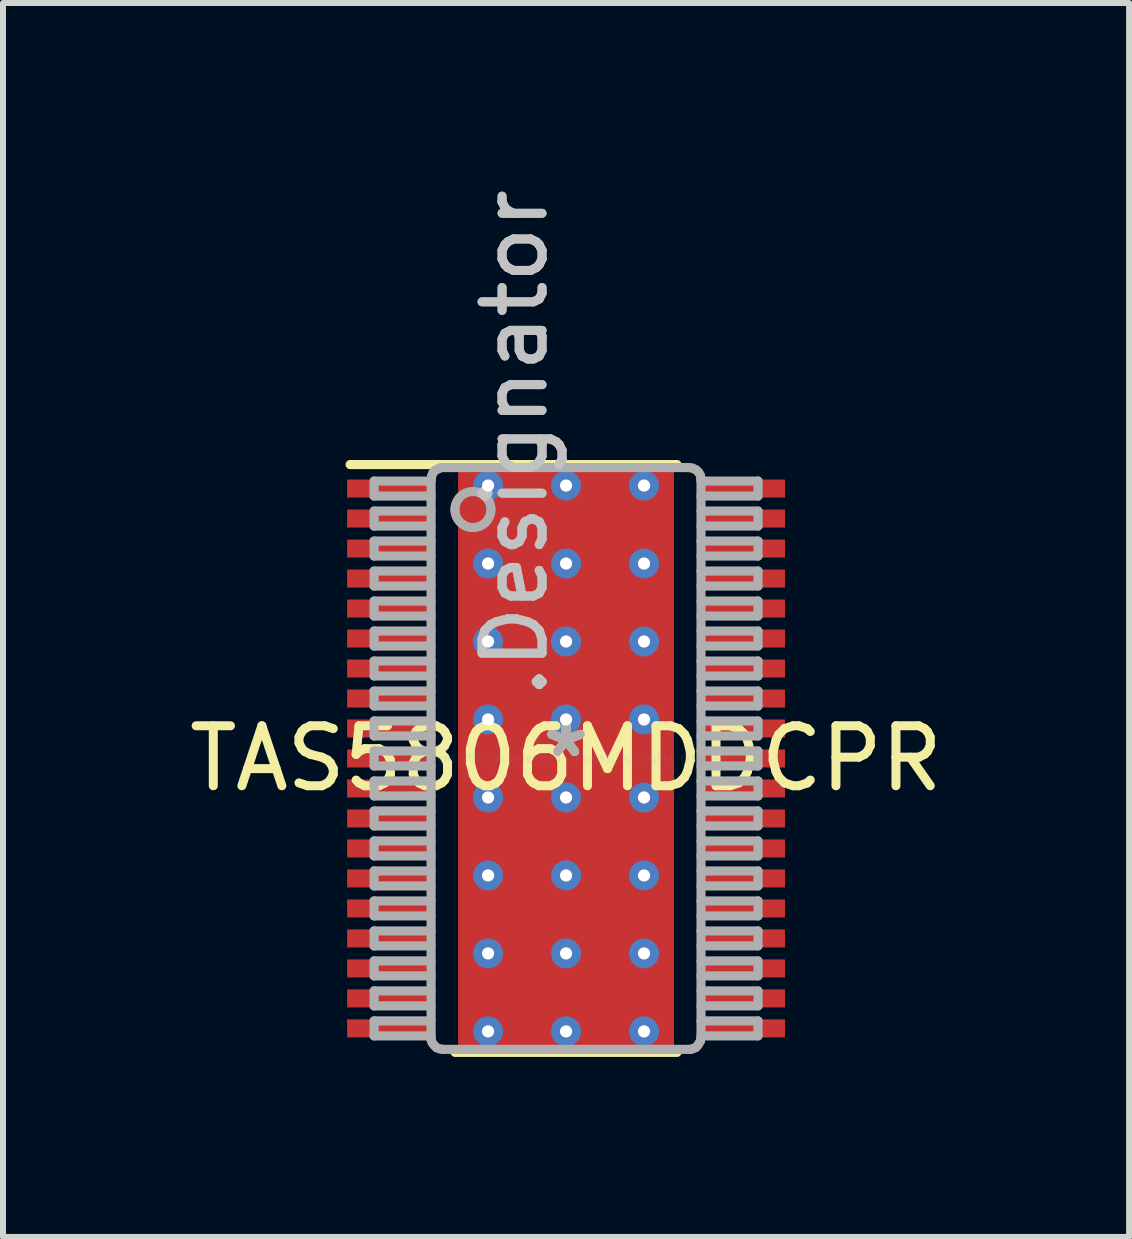
<source format=kicad_pcb>
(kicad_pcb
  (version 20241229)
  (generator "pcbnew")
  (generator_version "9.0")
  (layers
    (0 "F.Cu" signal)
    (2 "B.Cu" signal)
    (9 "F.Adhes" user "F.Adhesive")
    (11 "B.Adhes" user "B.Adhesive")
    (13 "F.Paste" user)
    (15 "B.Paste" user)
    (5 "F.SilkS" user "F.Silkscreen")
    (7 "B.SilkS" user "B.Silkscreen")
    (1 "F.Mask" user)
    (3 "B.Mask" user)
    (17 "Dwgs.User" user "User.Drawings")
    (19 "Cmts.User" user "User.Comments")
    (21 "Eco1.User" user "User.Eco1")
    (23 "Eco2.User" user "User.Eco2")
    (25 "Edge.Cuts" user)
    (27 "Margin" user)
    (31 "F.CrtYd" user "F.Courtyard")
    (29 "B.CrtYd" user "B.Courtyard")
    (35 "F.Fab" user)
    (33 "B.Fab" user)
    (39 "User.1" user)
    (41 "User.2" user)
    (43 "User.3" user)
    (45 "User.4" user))
  (footprint "TAS5806MDDCPR"
    (layer "F.Cu")
    (at 6.387 9.595)
    (property "Reference" "TAS5806MDDCPR" (at 0 0 0) (layer "F.SilkS") (effects (font (size 1 1) (thickness 0.15))))
    (attr through_hole)
    (fp_line (start -1.45 -2.307) (end -1.449 -2.315) (stroke (width 0.152) (type solid)) (layer "F.Mask"))
    (fp_line (start -1.45 2.307) (end -1.45 -2.307) (stroke (width 0.152) (type solid)) (layer "F.Mask"))
    (fp_line (start -1.449 -2.315) (end -1.447 -2.323) (stroke (width 0.152) (type solid)) (layer "F.Mask"))
    (fp_line (start -1.449 2.315) (end -1.45 2.307) (stroke (width 0.152) (type solid)) (layer "F.Mask"))
    (fp_line (start -1.447 -2.323) (end -1.443 -2.331) (stroke (width 0.152) (type solid)) (layer "F.Mask"))
    (fp_line (start -1.447 2.323) (end -1.449 2.315) (stroke (width 0.152) (type solid)) (layer "F.Mask"))
    (fp_line (start -1.443 -2.331) (end -1.437 -2.337) (stroke (width 0.152) (type solid)) (layer "F.Mask"))
    (fp_line (start -1.443 2.331) (end -1.447 2.323) (stroke (width 0.152) (type solid)) (layer "F.Mask"))
    (fp_line (start -1.437 -2.337) (end -1.431 -2.343) (stroke (width 0.152) (type solid)) (layer "F.Mask"))
    (fp_line (start -1.437 2.337) (end -1.443 2.331) (stroke (width 0.152) (type solid)) (layer "F.Mask"))
    (fp_line (start -1.431 -2.343) (end -1.423 -2.347) (stroke (width 0.152) (type solid)) (layer "F.Mask"))
    (fp_line (start -1.431 2.343) (end -1.437 2.337) (stroke (width 0.152) (type solid)) (layer "F.Mask"))
    (fp_line (start -1.423 -2.347) (end -1.415 -2.349) (stroke (width 0.152) (type solid)) (layer "F.Mask"))
    (fp_line (start -1.423 2.347) (end -1.431 2.343) (stroke (width 0.152) (type solid)) (layer "F.Mask"))
    (fp_line (start -1.415 -2.349) (end -1.407 -2.35) (stroke (width 0.152) (type solid)) (layer "F.Mask"))
    (fp_line (start -1.415 2.349) (end -1.423 2.347) (stroke (width 0.152) (type solid)) (layer "F.Mask"))
    (fp_line (start -1.407 -2.35) (end 1.407 -2.35) (stroke (width 0.152) (type solid)) (layer "F.Mask"))
    (fp_line (start -1.407 2.35) (end -1.415 2.349) (stroke (width 0.152) (type solid)) (layer "F.Mask"))
    (fp_line (start 1.407 -2.35) (end 1.415 -2.349) (stroke (width 0.152) (type solid)) (layer "F.Mask"))
    (fp_line (start 1.407 2.35) (end -1.407 2.35) (stroke (width 0.152) (type solid)) (layer "F.Mask"))
    (fp_line (start 1.415 -2.349) (end 1.423 -2.347) (stroke (width 0.152) (type solid)) (layer "F.Mask"))
    (fp_line (start 1.415 2.349) (end 1.407 2.35) (stroke (width 0.152) (type solid)) (layer "F.Mask"))
    (fp_line (start 1.423 -2.347) (end 1.431 -2.343) (stroke (width 0.152) (type solid)) (layer "F.Mask"))
    (fp_line (start 1.423 2.347) (end 1.415 2.349) (stroke (width 0.152) (type solid)) (layer "F.Mask"))
    (fp_line (start 1.431 -2.343) (end 1.437 -2.337) (stroke (width 0.152) (type solid)) (layer "F.Mask"))
    (fp_line (start 1.431 2.343) (end 1.423 2.347) (stroke (width 0.152) (type solid)) (layer "F.Mask"))
    (fp_line (start 1.437 -2.337) (end 1.443 -2.331) (stroke (width 0.152) (type solid)) (layer "F.Mask"))
    (fp_line (start 1.437 2.337) (end 1.431 2.343) (stroke (width 0.152) (type solid)) (layer "F.Mask"))
    (fp_line (start 1.443 -2.331) (end 1.447 -2.323) (stroke (width 0.152) (type solid)) (layer "F.Mask"))
    (fp_line (start 1.443 2.331) (end 1.437 2.337) (stroke (width 0.152) (type solid)) (layer "F.Mask"))
    (fp_line (start 1.447 -2.323) (end 1.449 -2.315) (stroke (width 0.152) (type solid)) (layer "F.Mask"))
    (fp_line (start 1.447 2.323) (end 1.443 2.331) (stroke (width 0.152) (type solid)) (layer "F.Mask"))
    (fp_line (start 1.449 -2.315) (end 1.45 -2.307) (stroke (width 0.152) (type solid)) (layer "F.Mask"))
    (fp_line (start 1.449 2.315) (end 1.447 2.323) (stroke (width 0.152) (type solid)) (layer "F.Mask"))
    (fp_line (start 1.45 -2.307) (end 1.45 2.307) (stroke (width 0.152) (type solid)) (layer "F.Mask"))
    (fp_line (start 1.45 2.307) (end 1.449 2.315) (stroke (width 0.152) (type solid)) (layer "F.Mask"))
    (fp_line (start -3.6 -4.9) (end 1.85 -4.9) (stroke (width 0.152) (type solid)) (layer "F.SilkS"))
    (fp_line (start -1.85 4.9) (end 1.85 4.9) (stroke (width 0.152) (type solid)) (layer "F.SilkS"))
    (fp_line (start -1.45 -2.307) (end -1.449 -2.315) (stroke (width 0.152) (type solid)) (layer "F.Paste"))
    (fp_line (start -1.45 2.307) (end -1.45 -2.307) (stroke (width 0.152) (type solid)) (layer "F.Paste"))
    (fp_line (start -1.449 -2.315) (end -1.447 -2.323) (stroke (width 0.152) (type solid)) (layer "F.Paste"))
    (fp_line (start -1.449 2.315) (end -1.45 2.307) (stroke (width 0.152) (type solid)) (layer "F.Paste"))
    (fp_line (start -1.447 -2.323) (end -1.443 -2.331) (stroke (width 0.152) (type solid)) (layer "F.Paste"))
    (fp_line (start -1.447 2.323) (end -1.449 2.315) (stroke (width 0.152) (type solid)) (layer "F.Paste"))
    (fp_line (start -1.443 -2.331) (end -1.437 -2.337) (stroke (width 0.152) (type solid)) (layer "F.Paste"))
    (fp_line (start -1.443 2.331) (end -1.447 2.323) (stroke (width 0.152) (type solid)) (layer "F.Paste"))
    (fp_line (start -1.437 -2.337) (end -1.431 -2.343) (stroke (width 0.152) (type solid)) (layer "F.Paste"))
    (fp_line (start -1.437 2.337) (end -1.443 2.331) (stroke (width 0.152) (type solid)) (layer "F.Paste"))
    (fp_line (start -1.431 -2.343) (end -1.423 -2.347) (stroke (width 0.152) (type solid)) (layer "F.Paste"))
    (fp_line (start -1.431 2.343) (end -1.437 2.337) (stroke (width 0.152) (type solid)) (layer "F.Paste"))
    (fp_line (start -1.423 -2.347) (end -1.415 -2.349) (stroke (width 0.152) (type solid)) (layer "F.Paste"))
    (fp_line (start -1.423 2.347) (end -1.431 2.343) (stroke (width 0.152) (type solid)) (layer "F.Paste"))
    (fp_line (start -1.415 -2.349) (end -1.407 -2.35) (stroke (width 0.152) (type solid)) (layer "F.Paste"))
    (fp_line (start -1.415 2.349) (end -1.423 2.347) (stroke (width 0.152) (type solid)) (layer "F.Paste"))
    (fp_line (start -1.407 -2.35) (end 1.407 -2.35) (stroke (width 0.152) (type solid)) (layer "F.Paste"))
    (fp_line (start -1.407 2.35) (end -1.415 2.349) (stroke (width 0.152) (type solid)) (layer "F.Paste"))
    (fp_line (start 1.407 -2.35) (end 1.415 -2.349) (stroke (width 0.152) (type solid)) (layer "F.Paste"))
    (fp_line (start 1.407 2.35) (end -1.407 2.35) (stroke (width 0.152) (type solid)) (layer "F.Paste"))
    (fp_line (start 1.415 -2.349) (end 1.423 -2.347) (stroke (width 0.152) (type solid)) (layer "F.Paste"))
    (fp_line (start 1.415 2.349) (end 1.407 2.35) (stroke (width 0.152) (type solid)) (layer "F.Paste"))
    (fp_line (start 1.423 -2.347) (end 1.431 -2.343) (stroke (width 0.152) (type solid)) (layer "F.Paste"))
    (fp_line (start 1.423 2.347) (end 1.415 2.349) (stroke (width 0.152) (type solid)) (layer "F.Paste"))
    (fp_line (start 1.431 -2.343) (end 1.437 -2.337) (stroke (width 0.152) (type solid)) (layer "F.Paste"))
    (fp_line (start 1.431 2.343) (end 1.423 2.347) (stroke (width 0.152) (type solid)) (layer "F.Paste"))
    (fp_line (start 1.437 -2.337) (end 1.443 -2.331) (stroke (width 0.152) (type solid)) (layer "F.Paste"))
    (fp_line (start 1.437 2.337) (end 1.431 2.343) (stroke (width 0.152) (type solid)) (layer "F.Paste"))
    (fp_line (start 1.443 -2.331) (end 1.447 -2.323) (stroke (width 0.152) (type solid)) (layer "F.Paste"))
    (fp_line (start 1.443 2.331) (end 1.437 2.337) (stroke (width 0.152) (type solid)) (layer "F.Paste"))
    (fp_line (start 1.447 -2.323) (end 1.449 -2.315) (stroke (width 0.152) (type solid)) (layer "F.Paste"))
    (fp_line (start 1.447 2.323) (end 1.443 2.331) (stroke (width 0.152) (type solid)) (layer "F.Paste"))
    (fp_line (start 1.449 -2.315) (end 1.45 -2.307) (stroke (width 0.152) (type solid)) (layer "F.Paste"))
    (fp_line (start 1.449 2.315) (end 1.447 2.323) (stroke (width 0.152) (type solid)) (layer "F.Paste"))
    (fp_line (start 1.45 -2.307) (end 1.45 2.307) (stroke (width 0.152) (type solid)) (layer "F.Paste"))
    (fp_line (start 1.45 2.307) (end 1.449 2.315) (stroke (width 0.152) (type solid)) (layer "F.Paste"))
    (fp_line (start -3.2 -4.625) (end -2.25 -4.625) (stroke (width 0.152) (type solid)) (layer "F.Fab"))
    (fp_line (start -3.2 -4.375) (end -3.2 -4.625) (stroke (width 0.152) (type solid)) (layer "F.Fab"))
    (fp_line (start -3.2 -4.375) (end -2.25 -4.375) (stroke (width 0.152) (type solid)) (layer "F.Fab"))
    (fp_line (start -3.2 -4.125) (end -2.25 -4.125) (stroke (width 0.152) (type solid)) (layer "F.Fab"))
    (fp_line (start -3.2 -3.875) (end -3.2 -4.125) (stroke (width 0.152) (type solid)) (layer "F.Fab"))
    (fp_line (start -3.2 -3.875) (end -2.25 -3.875) (stroke (width 0.152) (type solid)) (layer "F.Fab"))
    (fp_line (start -3.2 -3.625) (end -2.25 -3.625) (stroke (width 0.152) (type solid)) (layer "F.Fab"))
    (fp_line (start -3.2 -3.375) (end -3.2 -3.625) (stroke (width 0.152) (type solid)) (layer "F.Fab"))
    (fp_line (start -3.2 -3.375) (end -2.25 -3.375) (stroke (width 0.152) (type solid)) (layer "F.Fab"))
    (fp_line (start -3.2 -3.125) (end -2.25 -3.125) (stroke (width 0.152) (type solid)) (layer "F.Fab"))
    (fp_line (start -3.2 -2.875) (end -3.2 -3.125) (stroke (width 0.152) (type solid)) (layer "F.Fab"))
    (fp_line (start -3.2 -2.875) (end -2.25 -2.875) (stroke (width 0.152) (type solid)) (layer "F.Fab"))
    (fp_line (start -3.2 -2.625) (end -2.25 -2.625) (stroke (width 0.152) (type solid)) (layer "F.Fab"))
    (fp_line (start -3.2 -2.375) (end -3.2 -2.625) (stroke (width 0.152) (type solid)) (layer "F.Fab"))
    (fp_line (start -3.2 -2.375) (end -2.25 -2.375) (stroke (width 0.152) (type solid)) (layer "F.Fab"))
    (fp_line (start -3.2 -2.125) (end -2.25 -2.125) (stroke (width 0.152) (type solid)) (layer "F.Fab"))
    (fp_line (start -3.2 -1.875) (end -3.2 -2.125) (stroke (width 0.152) (type solid)) (layer "F.Fab"))
    (fp_line (start -3.2 -1.875) (end -2.25 -1.875) (stroke (width 0.152) (type solid)) (layer "F.Fab"))
    (fp_line (start -3.2 -1.625) (end -2.25 -1.625) (stroke (width 0.152) (type solid)) (layer "F.Fab"))
    (fp_line (start -3.2 -1.375) (end -3.2 -1.625) (stroke (width 0.152) (type solid)) (layer "F.Fab"))
    (fp_line (start -3.2 -1.375) (end -2.25 -1.375) (stroke (width 0.152) (type solid)) (layer "F.Fab"))
    (fp_line (start -3.2 -1.125) (end -2.25 -1.125) (stroke (width 0.152) (type solid)) (layer "F.Fab"))
    (fp_line (start -3.2 -0.875) (end -3.2 -1.125) (stroke (width 0.152) (type solid)) (layer "F.Fab"))
    (fp_line (start -3.2 -0.875) (end -2.25 -0.875) (stroke (width 0.152) (type solid)) (layer "F.Fab"))
    (fp_line (start -3.2 -0.625) (end -2.25 -0.625) (stroke (width 0.152) (type solid)) (layer "F.Fab"))
    (fp_line (start -3.2 -0.375) (end -3.2 -0.625) (stroke (width 0.152) (type solid)) (layer "F.Fab"))
    (fp_line (start -3.2 -0.375) (end -2.25 -0.375) (stroke (width 0.152) (type solid)) (layer "F.Fab"))
    (fp_line (start -3.2 -0.125) (end -2.25 -0.125) (stroke (width 0.152) (type solid)) (layer "F.Fab"))
    (fp_line (start -3.2 0.125) (end -3.2 -0.125) (stroke (width 0.152) (type solid)) (layer "F.Fab"))
    (fp_line (start -3.2 0.125) (end -2.25 0.125) (stroke (width 0.152) (type solid)) (layer "F.Fab"))
    (fp_line (start -3.2 0.375) (end -2.25 0.375) (stroke (width 0.152) (type solid)) (layer "F.Fab"))
    (fp_line (start -3.2 0.625) (end -3.2 0.375) (stroke (width 0.152) (type solid)) (layer "F.Fab"))
    (fp_line (start -3.2 0.625) (end -2.25 0.625) (stroke (width 0.152) (type solid)) (layer "F.Fab"))
    (fp_line (start -3.2 0.875) (end -2.25 0.875) (stroke (width 0.152) (type solid)) (layer "F.Fab"))
    (fp_line (start -3.2 1.125) (end -3.2 0.875) (stroke (width 0.152) (type solid)) (layer "F.Fab"))
    (fp_line (start -3.2 1.125) (end -2.25 1.125) (stroke (width 0.152) (type solid)) (layer "F.Fab"))
    (fp_line (start -3.2 1.375) (end -2.25 1.375) (stroke (width 0.152) (type solid)) (layer "F.Fab"))
    (fp_line (start -3.2 1.625) (end -3.2 1.375) (stroke (width 0.152) (type solid)) (layer "F.Fab"))
    (fp_line (start -3.2 1.625) (end -2.25 1.625) (stroke (width 0.152) (type solid)) (layer "F.Fab"))
    (fp_line (start -3.2 1.875) (end -2.25 1.875) (stroke (width 0.152) (type solid)) (layer "F.Fab"))
    (fp_line (start -3.2 2.125) (end -3.2 1.875) (stroke (width 0.152) (type solid)) (layer "F.Fab"))
    (fp_line (start -3.2 2.125) (end -2.25 2.125) (stroke (width 0.152) (type solid)) (layer "F.Fab"))
    (fp_line (start -3.2 2.375) (end -2.25 2.375) (stroke (width 0.152) (type solid)) (layer "F.Fab"))
    (fp_line (start -3.2 2.625) (end -3.2 2.375) (stroke (width 0.152) (type solid)) (layer "F.Fab"))
    (fp_line (start -3.2 2.625) (end -2.25 2.625) (stroke (width 0.152) (type solid)) (layer "F.Fab"))
    (fp_line (start -3.2 2.875) (end -2.25 2.875) (stroke (width 0.152) (type solid)) (layer "F.Fab"))
    (fp_line (start -3.2 3.125) (end -3.2 2.875) (stroke (width 0.152) (type solid)) (layer "F.Fab"))
    (fp_line (start -3.2 3.125) (end -2.25 3.125) (stroke (width 0.152) (type solid)) (layer "F.Fab"))
    (fp_line (start -3.2 3.375) (end -2.25 3.375) (stroke (width 0.152) (type solid)) (layer "F.Fab"))
    (fp_line (start -3.2 3.625) (end -3.2 3.375) (stroke (width 0.152) (type solid)) (layer "F.Fab"))
    (fp_line (start -3.2 3.625) (end -2.25 3.625) (stroke (width 0.152) (type solid)) (layer "F.Fab"))
    (fp_line (start -3.2 3.875) (end -2.25 3.875) (stroke (width 0.152) (type solid)) (layer "F.Fab"))
    (fp_line (start -3.2 4.125) (end -3.2 3.875) (stroke (width 0.152) (type solid)) (layer "F.Fab"))
    (fp_line (start -3.2 4.125) (end -2.25 4.125) (stroke (width 0.152) (type solid)) (layer "F.Fab"))
    (fp_line (start -3.2 4.375) (end -2.25 4.375) (stroke (width 0.152) (type solid)) (layer "F.Fab"))
    (fp_line (start -3.2 4.625) (end -3.2 4.375) (stroke (width 0.152) (type solid)) (layer "F.Fab"))
    (fp_line (start -3.2 4.625) (end -2.25 4.625) (stroke (width 0.152) (type solid)) (layer "F.Fab"))
    (fp_line (start -2.25 -4.65) (end -2.24 -4.71) (stroke (width 0.152) (type solid)) (layer "F.Fab"))
    (fp_line (start -2.25 4.65) (end -2.25 -4.65) (stroke (width 0.152) (type solid)) (layer "F.Fab"))
    (fp_line (start -2.25 4.65) (end -2.25 4.69) (stroke (width 0.152) (type solid)) (layer "F.Fab"))
    (fp_line (start -2.25 4.69) (end -2.23 4.74) (stroke (width 0.152) (type solid)) (layer "F.Fab"))
    (fp_line (start -2.24 -4.71) (end -2.22 -4.76) (stroke (width 0.152) (type solid)) (layer "F.Fab"))
    (fp_line (start -2.23 4.74) (end -2.2 4.78) (stroke (width 0.152) (type solid)) (layer "F.Fab"))
    (fp_line (start -2.22 -4.76) (end -2.19 -4.8) (stroke (width 0.152) (type solid)) (layer "F.Fab"))
    (fp_line (start -2.2 4.78) (end -2.16 4.82) (stroke (width 0.152) (type solid)) (layer "F.Fab"))
    (fp_line (start -2.19 -4.8) (end -2.13 -4.83) (stroke (width 0.152) (type solid)) (layer "F.Fab"))
    (fp_line (start -2.16 4.82) (end -2.11 4.84) (stroke (width 0.152) (type solid)) (layer "F.Fab"))
    (fp_line (start -2.13 -4.83) (end -2.08 -4.85) (stroke (width 0.152) (type solid)) (layer "F.Fab"))
    (fp_line (start -2.11 4.84) (end -2.05 4.85) (stroke (width 0.152) (type solid)) (layer "F.Fab"))
    (fp_line (start -2.08 -4.85) (end -2.05 -4.85) (stroke (width 0.152) (type solid)) (layer "F.Fab"))
    (fp_line (start -2.05 4.85) (end 2.05 4.85) (stroke (width 0.152) (type solid)) (layer "F.Fab"))
    (fp_line (start -2.05 -4.85) (end 2.05 -4.85) (stroke (width 0.152) (type solid)) (layer "F.Fab"))
    (fp_line (start 2.05 4.85) (end 2.07 4.85) (stroke (width 0.152) (type solid)) (layer "F.Fab"))
    (fp_line (start 2.05 -4.85) (end 2.11 -4.84) (stroke (width 0.152) (type solid)) (layer "F.Fab"))
    (fp_line (start 2.07 4.85) (end 2.11 4.84) (stroke (width 0.152) (type solid)) (layer "F.Fab"))
    (fp_line (start 2.11 -4.84) (end 2.17 -4.81) (stroke (width 0.152) (type solid)) (layer "F.Fab"))
    (fp_line (start 2.11 4.84) (end 2.16 4.82) (stroke (width 0.152) (type solid)) (layer "F.Fab"))
    (fp_line (start 2.16 4.82) (end 2.19 4.79) (stroke (width 0.152) (type solid)) (layer "F.Fab"))
    (fp_line (start 2.17 -4.81) (end 2.21 -4.77) (stroke (width 0.152) (type solid)) (layer "F.Fab"))
    (fp_line (start 2.19 4.79) (end 2.21 4.76) (stroke (width 0.152) (type solid)) (layer "F.Fab"))
    (fp_line (start 2.21 -4.77) (end 2.24 -4.72) (stroke (width 0.152) (type solid)) (layer "F.Fab"))
    (fp_line (start 2.21 4.76) (end 2.24 4.71) (stroke (width 0.152) (type solid)) (layer "F.Fab"))
    (fp_line (start 2.24 -4.72) (end 2.25 -4.67) (stroke (width 0.152) (type solid)) (layer "F.Fab"))
    (fp_line (start 2.24 4.71) (end 2.25 4.65) (stroke (width 0.152) (type solid)) (layer "F.Fab"))
    (fp_line (start 2.25 4.65) (end 2.25 -4.65) (stroke (width 0.152) (type solid)) (layer "F.Fab"))
    (fp_line (start 2.25 -4.65) (end 2.25 -4.67) (stroke (width 0.152) (type solid)) (layer "F.Fab"))
    (fp_line (start 2.25 -4.625) (end 3.2 -4.625) (stroke (width 0.152) (type solid)) (layer "F.Fab"))
    (fp_line (start 2.25 -4.375) (end 3.2 -4.375) (stroke (width 0.152) (type solid)) (layer "F.Fab"))
    (fp_line (start 2.25 -4.125) (end 3.2 -4.125) (stroke (width 0.152) (type solid)) (layer "F.Fab"))
    (fp_line (start 2.25 -3.875) (end 3.2 -3.875) (stroke (width 0.152) (type solid)) (layer "F.Fab"))
    (fp_line (start 2.25 -3.625) (end 3.2 -3.625) (stroke (width 0.152) (type solid)) (layer "F.Fab"))
    (fp_line (start 2.25 -3.375) (end 3.2 -3.375) (stroke (width 0.152) (type solid)) (layer "F.Fab"))
    (fp_line (start 2.25 -3.125) (end 3.2 -3.125) (stroke (width 0.152) (type solid)) (layer "F.Fab"))
    (fp_line (start 2.25 -2.875) (end 3.2 -2.875) (stroke (width 0.152) (type solid)) (layer "F.Fab"))
    (fp_line (start 2.25 -2.625) (end 3.2 -2.625) (stroke (width 0.152) (type solid)) (layer "F.Fab"))
    (fp_line (start 2.25 -2.375) (end 3.2 -2.375) (stroke (width 0.152) (type solid)) (layer "F.Fab"))
    (fp_line (start 2.25 -2.125) (end 3.2 -2.125) (stroke (width 0.152) (type solid)) (layer "F.Fab"))
    (fp_line (start 2.25 -1.875) (end 3.2 -1.875) (stroke (width 0.152) (type solid)) (layer "F.Fab"))
    (fp_line (start 2.25 -1.625) (end 3.2 -1.625) (stroke (width 0.152) (type solid)) (layer "F.Fab"))
    (fp_line (start 2.25 -1.375) (end 3.2 -1.375) (stroke (width 0.152) (type solid)) (layer "F.Fab"))
    (fp_line (start 2.25 -1.125) (end 3.2 -1.125) (stroke (width 0.152) (type solid)) (layer "F.Fab"))
    (fp_line (start 2.25 -0.875) (end 3.2 -0.875) (stroke (width 0.152) (type solid)) (layer "F.Fab"))
    (fp_line (start 2.25 -0.625) (end 3.2 -0.625) (stroke (width 0.152) (type solid)) (layer "F.Fab"))
    (fp_line (start 2.25 -0.375) (end 3.2 -0.375) (stroke (width 0.152) (type solid)) (layer "F.Fab"))
    (fp_line (start 2.25 -0.125) (end 3.2 -0.125) (stroke (width 0.152) (type solid)) (layer "F.Fab"))
    (fp_line (start 2.25 0.125) (end 3.2 0.125) (stroke (width 0.152) (type solid)) (layer "F.Fab"))
    (fp_line (start 2.25 0.375) (end 3.2 0.375) (stroke (width 0.152) (type solid)) (layer "F.Fab"))
    (fp_line (start 2.25 0.625) (end 3.2 0.625) (stroke (width 0.152) (type solid)) (layer "F.Fab"))
    (fp_line (start 2.25 0.875) (end 3.2 0.875) (stroke (width 0.152) (type solid)) (layer "F.Fab"))
    (fp_line (start 2.25 1.125) (end 3.2 1.125) (stroke (width 0.152) (type solid)) (layer "F.Fab"))
    (fp_line (start 2.25 1.375) (end 3.2 1.375) (stroke (width 0.152) (type solid)) (layer "F.Fab"))
    (fp_line (start 2.25 1.625) (end 3.2 1.625) (stroke (width 0.152) (type solid)) (layer "F.Fab"))
    (fp_line (start 2.25 1.875) (end 3.2 1.875) (stroke (width 0.152) (type solid)) (layer "F.Fab"))
    (fp_line (start 2.25 2.125) (end 3.2 2.125) (stroke (width 0.152) (type solid)) (layer "F.Fab"))
    (fp_line (start 2.25 2.375) (end 3.2 2.375) (stroke (width 0.152) (type solid)) (layer "F.Fab"))
    (fp_line (start 2.25 2.625) (end 3.2 2.625) (stroke (width 0.152) (type solid)) (layer "F.Fab"))
    (fp_line (start 2.25 2.875) (end 3.2 2.875) (stroke (width 0.152) (type solid)) (layer "F.Fab"))
    (fp_line (start 2.25 3.125) (end 3.2 3.125) (stroke (width 0.152) (type solid)) (layer "F.Fab"))
    (fp_line (start 2.25 3.375) (end 3.2 3.375) (stroke (width 0.152) (type solid)) (layer "F.Fab"))
    (fp_line (start 2.25 3.625) (end 3.2 3.625) (stroke (width 0.152) (type solid)) (layer "F.Fab"))
    (fp_line (start 2.25 3.875) (end 3.2 3.875) (stroke (width 0.152) (type solid)) (layer "F.Fab"))
    (fp_line (start 2.25 4.125) (end 3.2 4.125) (stroke (width 0.152) (type solid)) (layer "F.Fab"))
    (fp_line (start 2.25 4.375) (end 3.2 4.375) (stroke (width 0.152) (type solid)) (layer "F.Fab"))
    (fp_line (start 2.25 4.625) (end 3.2 4.625) (stroke (width 0.152) (type solid)) (layer "F.Fab"))
    (fp_line (start 3.2 -4.375) (end 3.2 -4.625) (stroke (width 0.152) (type solid)) (layer "F.Fab"))
    (fp_line (start 3.2 -3.875) (end 3.2 -4.125) (stroke (width 0.152) (type solid)) (layer "F.Fab"))
    (fp_line (start 3.2 -3.375) (end 3.2 -3.625) (stroke (width 0.152) (type solid)) (layer "F.Fab"))
    (fp_line (start 3.2 -2.875) (end 3.2 -3.125) (stroke (width 0.152) (type solid)) (layer "F.Fab"))
    (fp_line (start 3.2 -2.375) (end 3.2 -2.625) (stroke (width 0.152) (type solid)) (layer "F.Fab"))
    (fp_line (start 3.2 -1.875) (end 3.2 -2.125) (stroke (width 0.152) (type solid)) (layer "F.Fab"))
    (fp_line (start 3.2 -1.375) (end 3.2 -1.625) (stroke (width 0.152) (type solid)) (layer "F.Fab"))
    (fp_line (start 3.2 -0.875) (end 3.2 -1.125) (stroke (width 0.152) (type solid)) (layer "F.Fab"))
    (fp_line (start 3.2 -0.375) (end 3.2 -0.625) (stroke (width 0.152) (type solid)) (layer "F.Fab"))
    (fp_line (start 3.2 0.125) (end 3.2 -0.125) (stroke (width 0.152) (type solid)) (layer "F.Fab"))
    (fp_line (start 3.2 0.625) (end 3.2 0.375) (stroke (width 0.152) (type solid)) (layer "F.Fab"))
    (fp_line (start 3.2 1.125) (end 3.2 0.875) (stroke (width 0.152) (type solid)) (layer "F.Fab"))
    (fp_line (start 3.2 1.625) (end 3.2 1.375) (stroke (width 0.152) (type solid)) (layer "F.Fab"))
    (fp_line (start 3.2 2.125) (end 3.2 1.875) (stroke (width 0.152) (type solid)) (layer "F.Fab"))
    (fp_line (start 3.2 2.625) (end 3.2 2.375) (stroke (width 0.152) (type solid)) (layer "F.Fab"))
    (fp_line (start 3.2 3.125) (end 3.2 2.875) (stroke (width 0.152) (type solid)) (layer "F.Fab"))
    (fp_line (start 3.2 3.625) (end 3.2 3.375) (stroke (width 0.152) (type solid)) (layer "F.Fab"))
    (fp_line (start 3.2 4.125) (end 3.2 3.875) (stroke (width 0.152) (type solid)) (layer "F.Fab"))
    (fp_line (start 3.2 4.625) (end 3.2 4.375) (stroke (width 0.152) (type solid)) (layer "F.Fab"))
    (fp_arc (start -1.852386 -4.149976) (mid -1.552387 -4.449975) (end -1.252388 -4.149976) (stroke (width 0.1524) (type solid)) (layer "F.Fab"))
    (fp_arc (start -1.252388 -4.149976) (mid -1.552387 -3.849977) (end -1.852386 -4.149976) (stroke (width 0.1524) (type solid)) (layer "F.Fab"))
    (fp_text user "*" (at 0 0 0) (layer "F.SilkS") (effects (font (size 1 1) (thickness 0.15))))
    (fp_text user ".Designator" (at -0.855 -5.256 270) (layer "Dwgs.User") (effects (font (size 1 1) (thickness 0.15))))
    (fp_text user "Copyright 2016 Accelerated Designs. All rights reserved." (at 0 0 0) (layer "Cmts.User") (effects (font (size 0.127 0.127) (thickness 0.002))))
    (fp_text user "*" (at 0 0 0) (layer "F.Fab") (effects (font (size 1 1) (thickness 0.15))))
    (fp_text user ".Designator" (at -0.855 -5.256 270) (layer "F.Fab") (effects (font (size 1 1) (thickness 0.15))))
    (pad "1" smd rect (at -2.95 -4.5 90) (size 0.3 1.4) (layers "F.Cu" "F.Mask" "F.Paste"))
    (pad "2" smd rect (at -2.95 -4 90) (size 0.3 1.4) (layers "F.Cu" "F.Mask" "F.Paste"))
    (pad "3" smd rect (at -2.95 -3.5 90) (size 0.3 1.4) (layers "F.Cu" "F.Mask" "F.Paste"))
    (pad "4" smd rect (at -2.95 -3 90) (size 0.3 1.4) (layers "F.Cu" "F.Mask" "F.Paste"))
    (pad "5" smd rect (at -2.95 -2.5 90) (size 0.3 1.4) (layers "F.Cu" "F.Mask" "F.Paste"))
    (pad "6" smd rect (at -2.95 -2 90) (size 0.3 1.4) (layers "F.Cu" "F.Mask" "F.Paste"))
    (pad "7" smd rect (at -2.95 -1.5 90) (size 0.3 1.4) (layers "F.Cu" "F.Mask" "F.Paste"))
    (pad "8" smd rect (at -2.95 -1 90) (size 0.3 1.4) (layers "F.Cu" "F.Mask" "F.Paste"))
    (pad "9" smd rect (at -2.95 -0.5 90) (size 0.3 1.4) (layers "F.Cu" "F.Mask" "F.Paste"))
    (pad "10" smd rect (at -2.95 0 90) (size 0.3 1.4) (layers "F.Cu" "F.Mask" "F.Paste"))
    (pad "11" smd rect (at -2.95 0.5 90) (size 0.3 1.4) (layers "F.Cu" "F.Mask" "F.Paste"))
    (pad "12" smd rect (at -2.95 1 90) (size 0.3 1.4) (layers "F.Cu" "F.Mask" "F.Paste"))
    (pad "13" smd rect (at -2.95 1.5 90) (size 0.3 1.4) (layers "F.Cu" "F.Mask" "F.Paste"))
    (pad "14" smd rect (at -2.95 2 90) (size 0.3 1.4) (layers "F.Cu" "F.Mask" "F.Paste"))
    (pad "15" smd rect (at -2.95 2.5 90) (size 0.3 1.4) (layers "F.Cu" "F.Mask" "F.Paste"))
    (pad "16" smd rect (at -2.95 3 90) (size 0.3 1.4) (layers "F.Cu" "F.Mask" "F.Paste"))
    (pad "17" smd rect (at -2.95 3.5 90) (size 0.3 1.4) (layers "F.Cu" "F.Mask" "F.Paste"))
    (pad "18" smd rect (at -2.95 4 90) (size 0.3 1.4) (layers "F.Cu" "F.Mask" "F.Paste"))
    (pad "19" smd rect (at -2.95 4.5 90) (size 0.3 1.4) (layers "F.Cu" "F.Mask" "F.Paste"))
    (pad "20" smd rect (at 2.95 4.5 90) (size 0.3 1.4) (layers "F.Cu" "F.Mask" "F.Paste"))
    (pad "21" smd rect (at 2.95 4 90) (size 0.3 1.4) (layers "F.Cu" "F.Mask" "F.Paste"))
    (pad "22" smd rect (at 2.95 3.5 90) (size 0.3 1.4) (layers "F.Cu" "F.Mask" "F.Paste"))
    (pad "23" smd rect (at 2.95 3 90) (size 0.3 1.4) (layers "F.Cu" "F.Mask" "F.Paste"))
    (pad "24" smd rect (at 2.95 2.5 90) (size 0.3 1.4) (layers "F.Cu" "F.Mask" "F.Paste"))
    (pad "25" smd rect (at 2.95 2 90) (size 0.3 1.4) (layers "F.Cu" "F.Mask" "F.Paste"))
    (pad "26" smd rect (at 2.95 1.5 90) (size 0.3 1.4) (layers "F.Cu" "F.Mask" "F.Paste"))
    (pad "27" smd rect (at 2.95 1 90) (size 0.3 1.4) (layers "F.Cu" "F.Mask" "F.Paste"))
    (pad "28" smd rect (at 2.95 0.5 90) (size 0.3 1.4) (layers "F.Cu" "F.Mask" "F.Paste"))
    (pad "29" smd rect (at 2.95 0 90) (size 0.3 1.4) (layers "F.Cu" "F.Mask" "F.Paste"))
    (pad "30" smd rect (at 2.95 -0.5 90) (size 0.3 1.4) (layers "F.Cu" "F.Mask" "F.Paste"))
    (pad "31" smd rect (at 2.95 -1 90) (size 0.3 1.4) (layers "F.Cu" "F.Mask" "F.Paste"))
    (pad "32" smd rect (at 2.95 -1.5 90) (size 0.3 1.4) (layers "F.Cu" "F.Mask" "F.Paste"))
    (pad "33" smd rect (at 2.95 -2 90) (size 0.3 1.4) (layers "F.Cu" "F.Mask" "F.Paste"))
    (pad "34" smd rect (at 2.95 -2.5 90) (size 0.3 1.4) (layers "F.Cu" "F.Mask" "F.Paste"))
    (pad "35" smd rect (at 2.95 -3 90) (size 0.3 1.4) (layers "F.Cu" "F.Mask" "F.Paste"))
    (pad "36" smd rect (at 2.95 -3.5 90) (size 0.3 1.4) (layers "F.Cu" "F.Mask" "F.Paste"))
    (pad "37" smd rect (at 2.95 -4 90) (size 0.3 1.4) (layers "F.Cu" "F.Mask" "F.Paste"))
    (pad "38" smd rect (at 2.95 -4.5 90) (size 0.3 1.4) (layers "F.Cu" "F.Mask" "F.Paste"))
    (pad "39" thru_hole circle (at -1.3 -4.55) (size 0.5 0.5) (drill 0.203) (layers "*.Cu" "*.Mask"))
    (pad "39" thru_hole circle (at -1.3 -3.25) (size 0.5 0.5) (drill 0.203) (layers "*.Cu" "*.Mask"))
    (pad "39" thru_hole circle (at -1.3 -1.95) (size 0.5 0.5) (drill 0.203) (layers "*.Cu" "*.Mask"))
    (pad "39" thru_hole circle (at -1.3 -0.65) (size 0.5 0.5) (drill 0.203) (layers "*.Cu" "*.Mask"))
    (pad "39" thru_hole circle (at -1.3 0.65) (size 0.5 0.5) (drill 0.203) (layers "*.Cu" "*.Mask"))
    (pad "39" thru_hole circle (at -1.3 1.95) (size 0.5 0.5) (drill 0.203) (layers "*.Cu" "*.Mask"))
    (pad "39" thru_hole circle (at -1.3 3.25) (size 0.5 0.5) (drill 0.203) (layers "*.Cu" "*.Mask"))
    (pad "39" thru_hole circle (at -1.3 4.55) (size 0.5 0.5) (drill 0.203) (layers "*.Cu" "*.Mask"))
    (pad "39" thru_hole circle (at 0 -4.55) (size 0.5 0.5) (drill 0.203) (layers "*.Cu" "*.Mask"))
    (pad "39" thru_hole circle (at 0 -3.25) (size 0.5 0.5) (drill 0.203) (layers "*.Cu" "*.Mask"))
    (pad "39" thru_hole circle (at 0 -1.95) (size 0.5 0.5) (drill 0.203) (layers "*.Cu" "*.Mask"))
    (pad "39" thru_hole circle (at 0 -0.65) (size 0.5 0.5) (drill 0.203) (layers "*.Cu" "*.Mask"))
    (pad "39" smd rect (at 0 0) (size 3.6 9.7) (layers "F.Cu" "F.Mask" "F.Paste"))
    (pad "39" thru_hole circle (at 0 0.65) (size 0.5 0.5) (drill 0.203) (layers "*.Cu" "*.Mask"))
    (pad "39" thru_hole circle (at 0 1.95) (size 0.5 0.5) (drill 0.203) (layers "*.Cu" "*.Mask"))
    (pad "39" thru_hole circle (at 0 3.25) (size 0.5 0.5) (drill 0.203) (layers "*.Cu" "*.Mask"))
    (pad "39" thru_hole circle (at 0 4.55) (size 0.5 0.5) (drill 0.203) (layers "*.Cu" "*.Mask"))
    (pad "39" thru_hole circle (at 1.3 -4.55) (size 0.5 0.5) (drill 0.203) (layers "*.Cu" "*.Mask"))
    (pad "39" thru_hole circle (at 1.3 -3.25) (size 0.5 0.5) (drill 0.203) (layers "*.Cu" "*.Mask"))
    (pad "39" thru_hole circle (at 1.3 -1.95) (size 0.5 0.5) (drill 0.203) (layers "*.Cu" "*.Mask"))
    (pad "39" thru_hole circle (at 1.3 -0.65) (size 0.5 0.5) (drill 0.203) (layers "*.Cu" "*.Mask"))
    (pad "39" thru_hole circle (at 1.3 0.65) (size 0.5 0.5) (drill 0.203) (layers "*.Cu" "*.Mask"))
    (pad "39" thru_hole circle (at 1.3 1.95) (size 0.5 0.5) (drill 0.203) (layers "*.Cu" "*.Mask"))
    (pad "39" thru_hole circle (at 1.3 3.25) (size 0.5 0.5) (drill 0.203) (layers "*.Cu" "*.Mask"))
    (pad "39" thru_hole circle (at 1.3 4.55) (size 0.5 0.5) (drill 0.203) (layers "*.Cu" "*.Mask")))
  (gr_rect
    (start -3 -3)
    (end 15.774 17.572)
    (stroke (width 0.1) (type default))
    (fill no)
    (layer "Edge.Cuts")))
</source>
